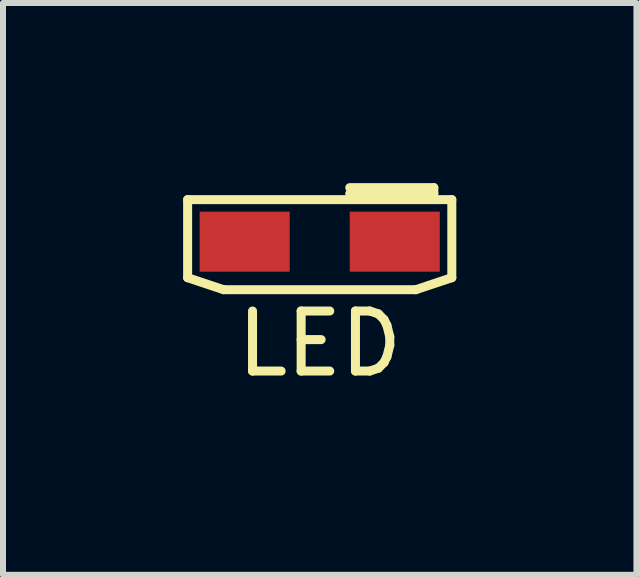
<source format=kicad_pcb>
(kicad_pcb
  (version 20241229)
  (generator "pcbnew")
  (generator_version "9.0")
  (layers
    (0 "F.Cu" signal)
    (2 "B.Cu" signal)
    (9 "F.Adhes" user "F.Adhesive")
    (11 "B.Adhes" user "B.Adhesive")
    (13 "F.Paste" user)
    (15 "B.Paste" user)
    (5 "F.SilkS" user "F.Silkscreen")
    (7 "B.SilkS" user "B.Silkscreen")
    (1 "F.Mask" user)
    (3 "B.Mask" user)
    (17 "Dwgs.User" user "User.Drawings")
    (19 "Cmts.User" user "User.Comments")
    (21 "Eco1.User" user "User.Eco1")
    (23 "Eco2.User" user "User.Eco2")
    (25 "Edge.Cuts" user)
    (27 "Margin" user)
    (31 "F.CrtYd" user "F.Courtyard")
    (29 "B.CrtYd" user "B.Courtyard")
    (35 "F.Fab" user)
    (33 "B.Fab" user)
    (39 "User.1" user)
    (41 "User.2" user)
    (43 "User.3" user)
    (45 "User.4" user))
  (footprint "LED"
    (layer "F.Cu")
    (at 2.275 0.975)
    (property "Reference" "LED" (at 0 1.7 0) (layer "F.SilkS") (effects (font (size 1 1) (thickness 0.15))))
    (attr through_hole)
    (fp_line (start -2.2 -0.7) (end -2.2 0.6) (stroke (width 0.15) (type solid)) (layer "F.SilkS"))
    (fp_line (start -2.2 0.6) (end -1.6 0.8) (stroke (width 0.15) (type solid)) (layer "F.SilkS"))
    (fp_line (start -1.6 0.8) (end 1.6 0.8) (stroke (width 0.15) (type solid)) (layer "F.SilkS"))
    (fp_line (start 0.5 -0.8) (end 1.9 -0.8) (stroke (width 0.15) (type solid)) (layer "F.SilkS"))
    (fp_line (start 1.6 0.8) (end 2.2 0.6) (stroke (width 0.15) (type solid)) (layer "F.SilkS"))
    (fp_line (start 1.9 -0.9) (end 0.5 -0.9) (stroke (width 0.15) (type solid)) (layer "F.SilkS"))
    (fp_line (start 1.9 -0.8) (end 1.9 -0.9) (stroke (width 0.15) (type solid)) (layer "F.SilkS"))
    (fp_line (start 2.2 -0.7) (end -2.2 -0.7) (stroke (width 0.15) (type solid)) (layer "F.SilkS"))
    (fp_line (start 2.2 0.6) (end 2.2 -0.7) (stroke (width 0.15) (type solid)) (layer "F.SilkS"))
    (pad "1" smd rect (at 1.25 0) (size 1.5 1) (layers "F.Cu" "F.Mask" "F.Paste"))
    (pad "2" smd rect (at -1.25 0) (size 1.5 1) (layers "F.Cu" "F.Mask" "F.Paste")))
  (gr_rect
    (start -3 -3)
    (end 7.55 6.523)
    (stroke (width 0.1) (type default))
    (fill no)
    (layer "Edge.Cuts")))
</source>
